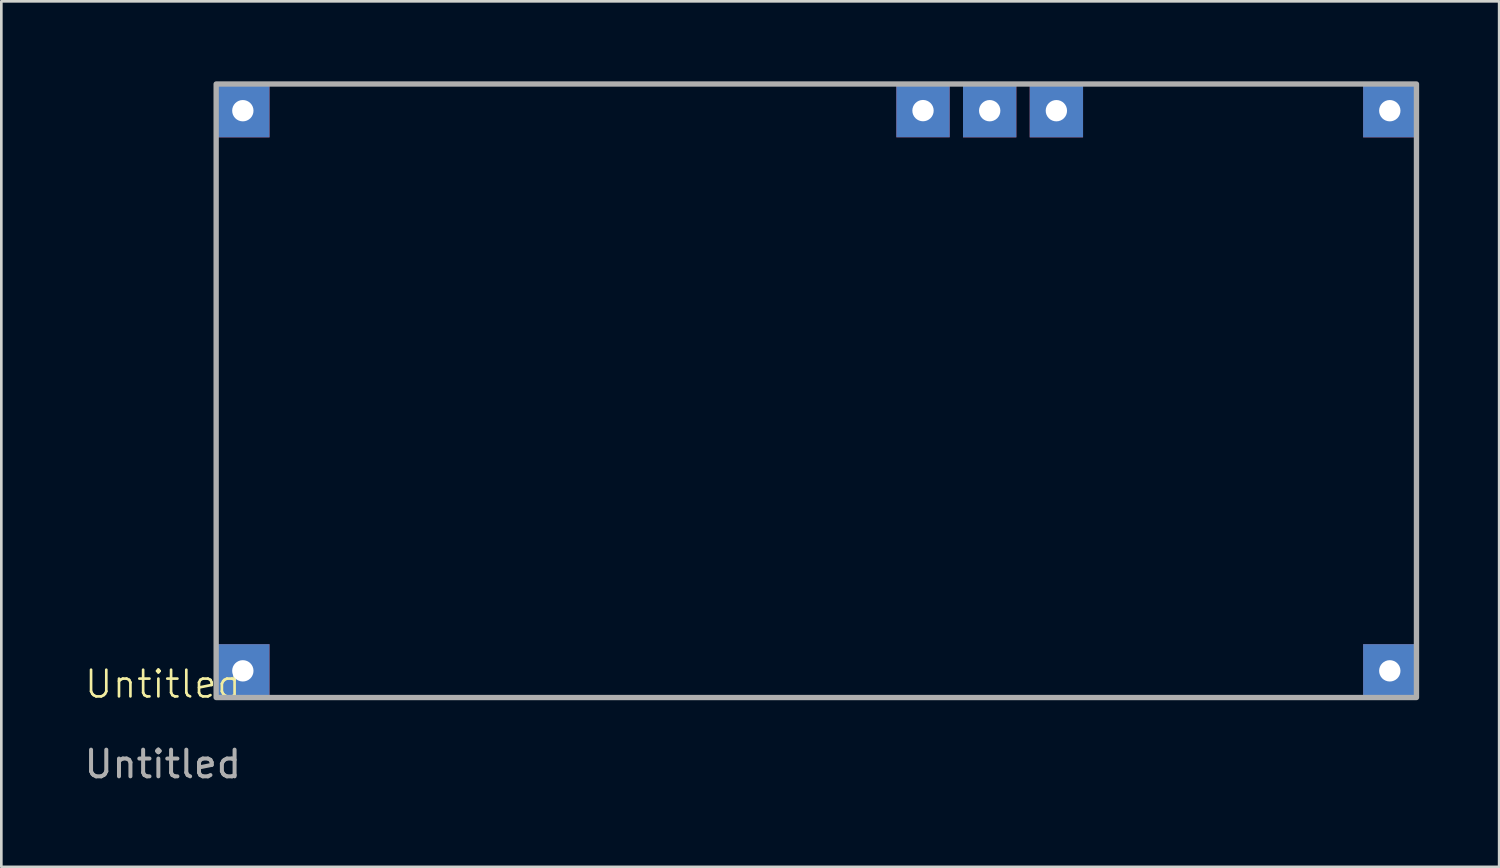
<source format=kicad_pcb>
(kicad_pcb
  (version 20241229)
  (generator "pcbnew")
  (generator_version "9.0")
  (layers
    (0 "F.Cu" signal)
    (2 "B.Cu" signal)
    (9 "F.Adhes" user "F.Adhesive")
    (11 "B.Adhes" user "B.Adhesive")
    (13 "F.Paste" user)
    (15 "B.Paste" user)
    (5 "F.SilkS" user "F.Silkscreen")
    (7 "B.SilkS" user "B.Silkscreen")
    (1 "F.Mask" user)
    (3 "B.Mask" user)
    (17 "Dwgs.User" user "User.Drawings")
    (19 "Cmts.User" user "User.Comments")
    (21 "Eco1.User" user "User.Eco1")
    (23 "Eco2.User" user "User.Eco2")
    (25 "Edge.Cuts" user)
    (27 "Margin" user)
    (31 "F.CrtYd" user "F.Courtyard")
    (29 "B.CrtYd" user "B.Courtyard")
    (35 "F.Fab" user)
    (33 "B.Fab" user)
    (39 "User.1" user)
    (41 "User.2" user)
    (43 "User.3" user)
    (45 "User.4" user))
  (footprint "Untitled"
    (layer "F.Cu")
    (at 3.054 23.1)
    (property "Reference" "Untitled" (at 0 -0.5 0) (unlocked yes) (layer "F.SilkS") (effects (font (size 1 1) (thickness 0.1))))
    (attr smd)
    (fp_rect (start 2 -23) (end 47 0) (stroke (width 0.2) (type solid)) (fill no) (layer "F.Fab"))
    (fp_text user "${REFERENCE}" (at 0 2.5 0) (unlocked yes) (layer "F.Fab") (effects (font (size 1 1) (thickness 0.15))))
    (pad "1" thru_hole rect (at 3 -1) (size 2 2) (drill 0.8) (layers "*.Cu" "*.Mask"))
    (pad "2" thru_hole rect (at 3 -22) (size 2 2) (drill 0.8) (layers "*.Cu" "*.Mask"))
    (pad "3" thru_hole rect (at 28.5 -22.003) (size 2 2) (drill 0.8) (layers "*.Cu" "*.Mask"))
    (pad "4" thru_hole rect (at 33.5 -22) (size 2 2) (drill 0.8) (layers "*.Cu" "*.Mask"))
    (pad "5" thru_hole rect (at 31 -22) (size 2 2) (drill 0.8) (layers "*.Cu" "*.Mask"))
    (pad "6" thru_hole rect (at 46 -22) (size 2 2) (drill 0.8) (layers "*.Cu" "*.Mask"))
    (pad "7" thru_hole rect (at 46 -1) (size 2 2) (drill 0.8) (layers "*.Cu" "*.Mask")))
  (gr_rect
    (start -3 -3)
    (end 53.154 29.448)
    (stroke (width 0.1) (type default))
    (fill no)
    (layer "Edge.Cuts")))
</source>
